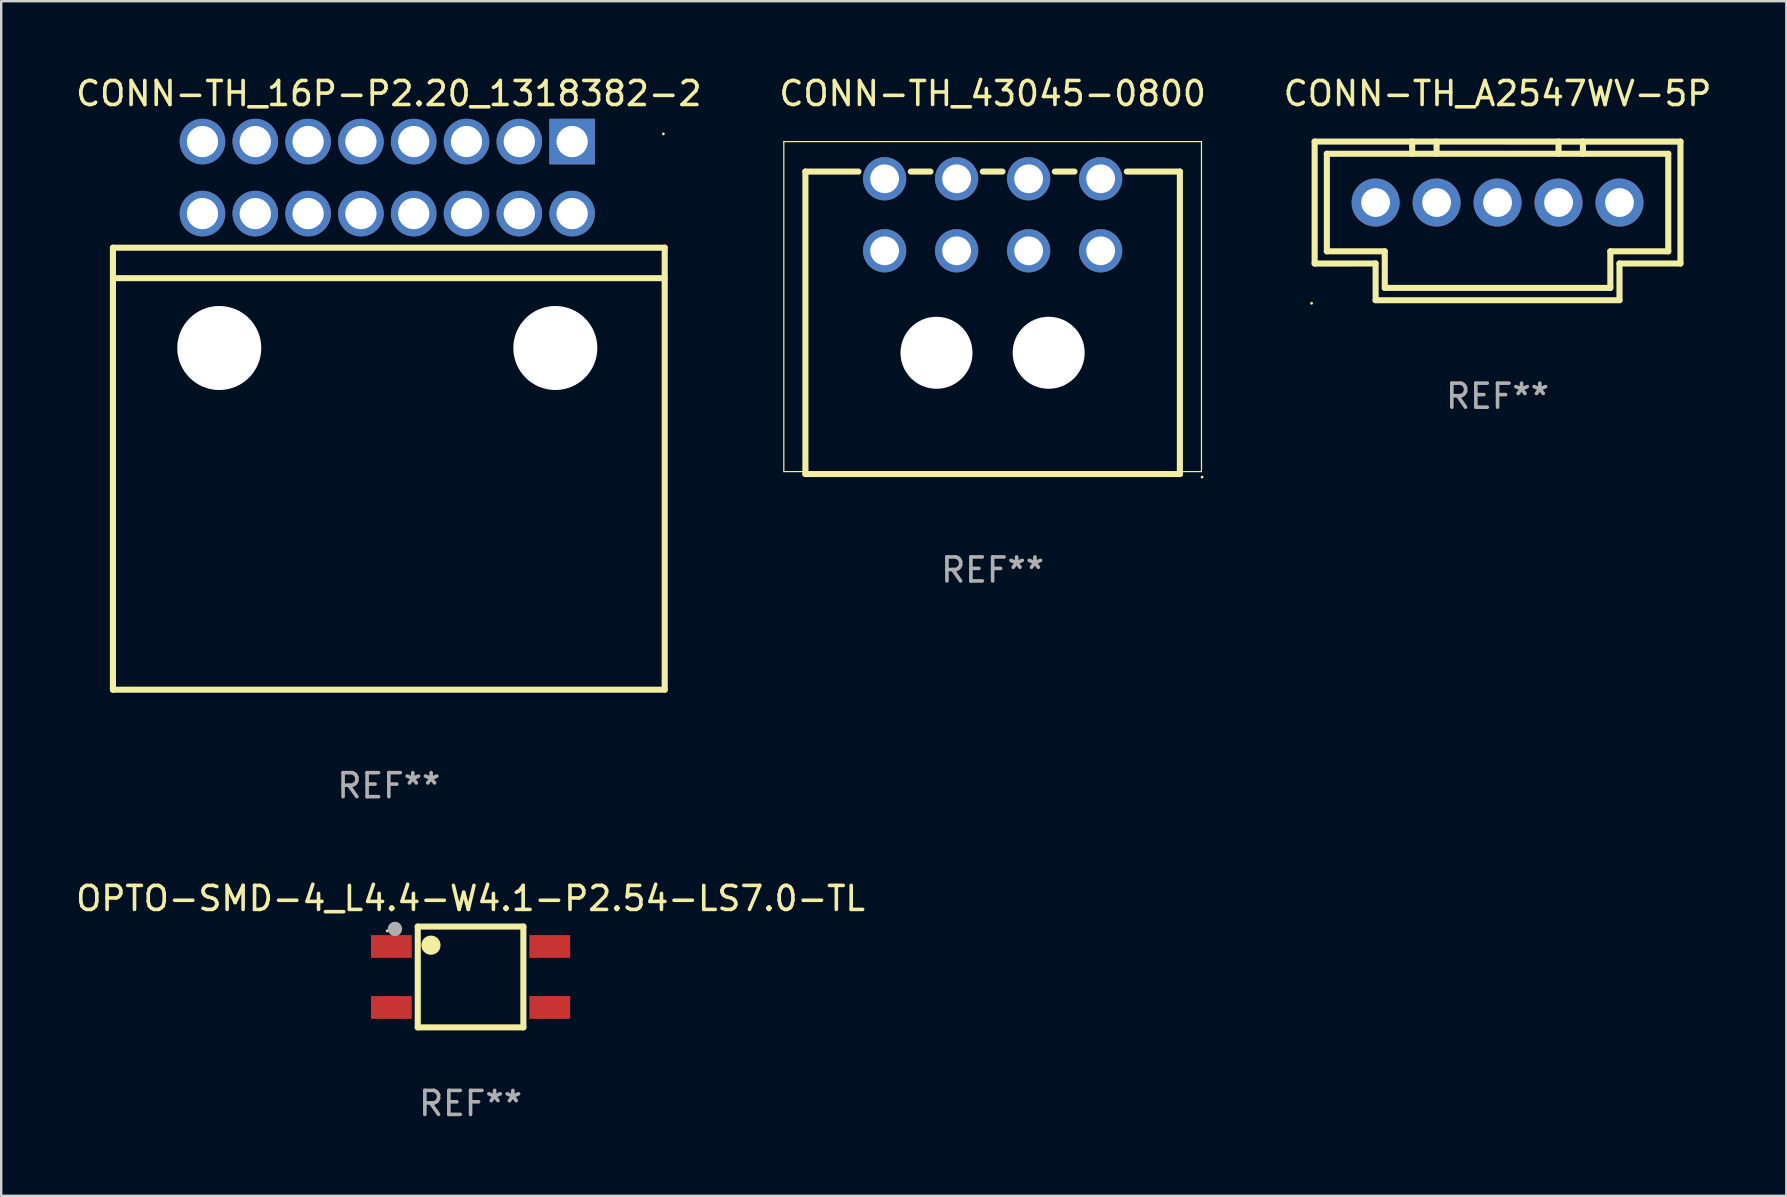
<source format=kicad_pcb>
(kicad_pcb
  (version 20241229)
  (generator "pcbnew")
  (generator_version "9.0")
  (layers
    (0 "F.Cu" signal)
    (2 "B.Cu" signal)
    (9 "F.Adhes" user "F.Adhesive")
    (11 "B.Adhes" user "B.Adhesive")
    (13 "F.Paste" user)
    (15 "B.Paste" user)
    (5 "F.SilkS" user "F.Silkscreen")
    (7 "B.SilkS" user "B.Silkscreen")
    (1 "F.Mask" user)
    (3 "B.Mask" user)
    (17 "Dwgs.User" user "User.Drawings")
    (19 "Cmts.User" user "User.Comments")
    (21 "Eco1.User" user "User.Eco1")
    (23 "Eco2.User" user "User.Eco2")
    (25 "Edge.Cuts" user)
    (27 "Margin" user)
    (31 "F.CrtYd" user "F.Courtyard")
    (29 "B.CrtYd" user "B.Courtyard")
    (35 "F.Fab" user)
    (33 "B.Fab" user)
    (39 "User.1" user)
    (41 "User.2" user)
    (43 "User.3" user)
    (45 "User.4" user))
  (footprint "CONN-TH_43045-0800"
    (layer "F.Cu")
    (at 38.304 5.898)
    (property "Reference" "CONN-TH_43045-0800" (at -0.000178 -5.05 0) (layer "F.SilkS") (effects (font (size 1 1) (thickness 0.15))))
    (attr through_hole)
    (fp_line (start -8.7 -3.05) (end -8.7 10.7) (stroke (width 0.05) (type solid)) (layer "F.SilkS"))
    (fp_line (start -8.7 10.7) (end 8.7 10.7) (stroke (width 0.05) (type solid)) (layer "F.SilkS"))
    (fp_line (start -7.8 -1.8) (end -7.8 10.8) (stroke (width 0.254) (type solid)) (layer "F.SilkS"))
    (fp_line (start -7.8 10.8) (end 7.8 10.8) (stroke (width 0.254) (type solid)) (layer "F.SilkS"))
    (fp_line (start -5.591 -1.8) (end -7.8 -1.8) (stroke (width 0.254) (type solid)) (layer "F.SilkS"))
    (fp_line (start -2.591 -1.8) (end -3.409 -1.8) (stroke (width 0.254) (type solid)) (layer "F.SilkS"))
    (fp_line (start 0.409 -1.8) (end -0.409 -1.8) (stroke (width 0.254) (type solid)) (layer "F.SilkS"))
    (fp_line (start 3.409 -1.8) (end 2.591 -1.8) (stroke (width 0.254) (type solid)) (layer "F.SilkS"))
    (fp_line (start 7.8 -1.8) (end 5.591 -1.8) (stroke (width 0.254) (type solid)) (layer "F.SilkS"))
    (fp_line (start 7.8 10.8) (end 7.8 -1.8) (stroke (width 0.254) (type solid)) (layer "F.SilkS"))
    (fp_line (start 8.7 -3.05) (end -8.7 -3.05) (stroke (width 0.05) (type solid)) (layer "F.SilkS"))
    (fp_line (start 8.7 10.7) (end 8.7 -3.05) (stroke (width 0.05) (type solid)) (layer "F.SilkS"))
    (fp_circle (center 8.725 10.927) (end 8.755 10.927) (stroke (width 0.06) (type solid)) (fill no) (layer "F.SilkS"))
    (fp_text user "REF**" (at -0.000178 14.8 0) (layer "F.Fab") (effects (font (size 1 1) (thickness 0.15))))
    (pad "" np_thru_hole circle (at -2.339 5.749) (size 3 3) (drill 3) (layers "*.Cu" "*.Mask"))
    (pad "" np_thru_hole circle (at 2.334 5.749) (size 3 3) (drill 3) (layers "*.Cu" "*.Mask"))
    (pad "1" thru_hole circle (at 4.5 1.5) (size 1.8 1.8) (drill 1.2) (layers "*.Cu" "*.Mask"))
    (pad "2" thru_hole circle (at 1.5 1.5) (size 1.8 1.8) (drill 1.2) (layers "*.Cu" "*.Mask"))
    (pad "3" thru_hole circle (at -1.5 1.5) (size 1.8 1.8) (drill 1.2) (layers "*.Cu" "*.Mask"))
    (pad "4" thru_hole circle (at -4.5 1.5) (size 1.8 1.8) (drill 1.2) (layers "*.Cu" "*.Mask"))
    (pad "5" thru_hole circle (at 4.5 -1.5) (size 1.8 1.8) (drill 1.2) (layers "*.Cu" "*.Mask"))
    (pad "6" thru_hole circle (at 1.5 -1.5) (size 1.8 1.8) (drill 1.2) (layers "*.Cu" "*.Mask"))
    (pad "7" thru_hole circle (at -1.5 -1.5) (size 1.8 1.8) (drill 1.2) (layers "*.Cu" "*.Mask"))
    (pad "8" thru_hole circle (at -4.5 -1.5) (size 1.8 1.8) (drill 1.2) (layers "*.Cu" "*.Mask")))
  (footprint "CONN-TH_16P-P2.20_1318382-2"
    (layer "F.Cu")
    (at 13.085 4.348)
    (property "Reference" "CONN-TH_16P-P2.20_1318382-2" (at 0.064 -3.5 0) (layer "F.SilkS") (effects (font (size 1 1) (thickness 0.15))))
    (attr through_hole)
    (fp_line (start -11.43 2.921) (end -11.43 21.336) (stroke (width 0.254) (type solid)) (layer "F.SilkS"))
    (fp_line (start -11.43 2.921) (end 11.557 2.921) (stroke (width 0.254) (type solid)) (layer "F.SilkS"))
    (fp_line (start -11.43 4.19) (end 11.557 4.19) (stroke (width 0.254) (type solid)) (layer "F.SilkS"))
    (fp_line (start -11.43 21.336) (end 11.557 21.336) (stroke (width 0.254) (type solid)) (layer "F.SilkS"))
    (fp_line (start 11.557 2.921) (end 11.557 21.336) (stroke (width 0.254) (type solid)) (layer "F.SilkS"))
    (fp_circle (center 11.5 -1.82) (end 11.53 -1.82) (stroke (width 0.06) (type solid)) (fill no) (layer "F.SilkS"))
    (fp_circle (center -7 7.1) (end -6.25 7.1) (stroke (width 1.5) (type solid)) (fill no) (layer "F.Fab"))
    (fp_circle (center 7 7.1) (end 7.75 7.1) (stroke (width 1.5) (type solid)) (fill no) (layer "F.Fab"))
    (fp_text user "REF**" (at 0.064 25.336 0) (layer "F.Fab") (effects (font (size 1 1) (thickness 0.15))))
    (pad "" np_thru_hole circle (at -7 7.1) (size 3.5 3.5) (drill 3.5) (layers "*.Cu" "*.Mask"))
    (pad "" np_thru_hole circle (at 7 7.1) (size 3.5 3.5) (drill 3.5) (layers "*.Cu" "*.Mask"))
    (pad "1" thru_hole rect (at 7.7 -1.5) (size 1.9 1.9) (drill 1.3) (layers "*.Cu" "*.Mask"))
    (pad "2" thru_hole circle (at 5.5 -1.5) (size 1.9 1.9) (drill 1.3) (layers "*.Cu" "*.Mask"))
    (pad "3" thru_hole circle (at 3.3 -1.5) (size 1.9 1.9) (drill 1.3) (layers "*.Cu" "*.Mask"))
    (pad "4" thru_hole circle (at 1.1 -1.5) (size 1.9 1.9) (drill 1.3) (layers "*.Cu" "*.Mask"))
    (pad "5" thru_hole circle (at -1.1 -1.5) (size 1.9 1.9) (drill 1.3) (layers "*.Cu" "*.Mask"))
    (pad "6" thru_hole circle (at -3.3 -1.5) (size 1.9 1.9) (drill 1.3) (layers "*.Cu" "*.Mask"))
    (pad "7" thru_hole circle (at -5.5 -1.5) (size 1.9 1.9) (drill 1.3) (layers "*.Cu" "*.Mask"))
    (pad "8" thru_hole circle (at -7.7 -1.5) (size 1.9 1.9) (drill 1.3) (layers "*.Cu" "*.Mask"))
    (pad "9" thru_hole circle (at 7.7 1.5) (size 1.9 1.9) (drill 1.3) (layers "*.Cu" "*.Mask"))
    (pad "10" thru_hole circle (at 5.5 1.5) (size 1.9 1.9) (drill 1.3) (layers "*.Cu" "*.Mask"))
    (pad "11" thru_hole circle (at 3.3 1.5) (size 1.9 1.9) (drill 1.3) (layers "*.Cu" "*.Mask"))
    (pad "12" thru_hole circle (at 1.1 1.5) (size 1.9 1.9) (drill 1.3) (layers "*.Cu" "*.Mask"))
    (pad "13" thru_hole circle (at -1.1 1.5) (size 1.9 1.9) (drill 1.3) (layers "*.Cu" "*.Mask"))
    (pad "14" thru_hole circle (at -3.3 1.5) (size 1.9 1.9) (drill 1.3) (layers "*.Cu" "*.Mask"))
    (pad "15" thru_hole circle (at -5.5 1.5) (size 1.9 1.9) (drill 1.3) (layers "*.Cu" "*.Mask"))
    (pad "16" thru_hole circle (at -7.7 1.5) (size 1.9 1.9) (drill 1.3) (layers "*.Cu" "*.Mask")))
  (footprint "OPTO-SMD-4_L4.4-W4.1-P2.54-LS7.0-TL"
    (layer "F.Cu")
    (at 16.554 37.651)
    (property "Reference" "OPTO-SMD-4_L4.4-W4.1-P2.54-LS7.0-TL" (at 0 -3.27 0) (layer "F.SilkS") (effects (font (size 1 1) (thickness 0.15))))
    (attr through_hole)
    (fp_line (start -2.2 -2.1) (end -2.2 2.1) (stroke (width 0.254) (type solid)) (layer "F.SilkS"))
    (fp_line (start -2.2 2.1) (end 2.2 2.1) (stroke (width 0.254) (type solid)) (layer "F.SilkS"))
    (fp_line (start 2.2 -2.1) (end -2.2 -2.1) (stroke (width 0.254) (type solid)) (layer "F.SilkS"))
    (fp_line (start 2.2 2.1) (end 2.2 -2.1) (stroke (width 0.254) (type solid)) (layer "F.SilkS"))
    (fp_arc (start -1.648463 -1.524003) (mid -1.649589 -1.124007) (end -1.651291 -1.524001) (stroke (width 0.4) (type solid)) (layer "F.SilkS"))
    (fp_circle (center -3.47 -1.92) (end -3.44 -1.92) (stroke (width 0.06) (type solid)) (fill no) (layer "F.SilkS"))
    (fp_circle (center -3.15 -2.002) (end -3 -2.002) (stroke (width 0.3) (type solid)) (fill no) (layer "F.Fab"))
    (fp_text user "REF**" (at 0 5.27 0) (layer "F.Fab") (effects (font (size 1 1) (thickness 0.15))))
    (pad "1" smd rect (at -3.3 -1.27) (size 1.7 0.95) (layers "F.Cu" "F.Mask" "F.Paste"))
    (pad "2" smd rect (at -3.3 1.27) (size 1.7 0.95) (layers "F.Cu" "F.Mask" "F.Paste"))
    (pad "3" smd rect (at 3.3 1.27) (size 1.7 0.95) (layers "F.Cu" "F.Mask" "F.Paste"))
    (pad "4" smd rect (at 3.3 -1.27) (size 1.7 0.95) (layers "F.Cu" "F.Mask" "F.Paste")))
  (footprint "CONN-TH_A2547WV-5P"
    (layer "F.Cu")
    (at 59.339 5.388)
    (property "Reference" "CONN-TH_A2547WV-5P" (at -0.000064 -4.54 0) (layer "F.SilkS") (effects (font (size 1 1) (thickness 0.15))))
    (attr through_hole)
    (fp_line (start -7.62 -2.54) (end 7.62 -2.539) (stroke (width 0.254) (type solid)) (layer "F.SilkS"))
    (fp_line (start -7.62 -2.54) (end -7.62 2.54) (stroke (width 0.254) (type solid)) (layer "F.SilkS"))
    (fp_line (start -7.112 -2.032) (end -7.112 2.032) (stroke (width 0.254) (type solid)) (layer "F.SilkS"))
    (fp_line (start -7.112 2.032) (end -4.699 2.032) (stroke (width 0.254) (type solid)) (layer "F.SilkS"))
    (fp_line (start -5.08 4.064) (end -5.08 2.54) (stroke (width 0.254) (type solid)) (layer "F.SilkS"))
    (fp_line (start -5.08 4.07) (end 5.08 4.07) (stroke (width 0.254) (type solid)) (layer "F.SilkS"))
    (fp_line (start -5.08 2.54) (end -7.62 2.541) (stroke (width 0.254) (type solid)) (layer "F.SilkS"))
    (fp_line (start -4.699 2.032) (end -4.699 3.556) (stroke (width 0.254) (type solid)) (layer "F.SilkS"))
    (fp_line (start -4.699 3.556) (end 4.699 3.556) (stroke (width 0.254) (type solid)) (layer "F.SilkS"))
    (fp_line (start -3.556 -2.54) (end -3.556 -2.032) (stroke (width 0.254) (type solid)) (layer "F.SilkS"))
    (fp_line (start -2.54 -2.032) (end -2.54 -2.54) (stroke (width 0.254) (type solid)) (layer "F.SilkS"))
    (fp_line (start 2.54 -2.032) (end 2.54 -2.54) (stroke (width 0.254) (type solid)) (layer "F.SilkS"))
    (fp_line (start 3.556 -2.032) (end 3.556 -2.54) (stroke (width 0.254) (type solid)) (layer "F.SilkS"))
    (fp_line (start 4.699 2.032) (end 7.112 2.032) (stroke (width 0.254) (type solid)) (layer "F.SilkS"))
    (fp_line (start 4.699 3.556) (end 4.699 2.032) (stroke (width 0.254) (type solid)) (layer "F.SilkS"))
    (fp_line (start 5.08 2.54) (end 7.62 2.54) (stroke (width 0.254) (type solid)) (layer "F.SilkS"))
    (fp_line (start 5.08 4.064) (end 5.08 2.54) (stroke (width 0.254) (type solid)) (layer "F.SilkS"))
    (fp_line (start 7.112 -2.032) (end -7.112 -2.032) (stroke (width 0.254) (type solid)) (layer "F.SilkS"))
    (fp_line (start 7.112 2.032) (end 7.112 -2.032) (stroke (width 0.254) (type solid)) (layer "F.SilkS"))
    (fp_line (start 7.62 -2.54) (end 7.62 2.54) (stroke (width 0.254) (type solid)) (layer "F.SilkS"))
    (fp_circle (center -7.747 4.197) (end -7.717 4.197) (stroke (width 0.06) (type solid)) (fill no) (layer "F.SilkS"))
    (fp_text user "REF**" (at -0.000064 8.07 0) (layer "F.Fab") (effects (font (size 1 1) (thickness 0.15))))
    (pad "1" thru_hole circle (at -5.08 0) (size 2 2) (drill 1.2) (layers "*.Cu" "*.Mask"))
    (pad "2" thru_hole circle (at -2.54 0) (size 2 2) (drill 1.2) (layers "*.Cu" "*.Mask"))
    (pad "3" thru_hole circle (at 0 0) (size 2 2) (drill 1.2) (layers "*.Cu" "*.Mask"))
    (pad "4" thru_hole circle (at 2.54 0) (size 2 2) (drill 1.2) (layers "*.Cu" "*.Mask"))
    (pad "5" thru_hole circle (at 5.08 0) (size 2 2) (drill 1.2) (layers "*.Cu" "*.Mask")))
  (gr_rect
    (start -3 -3)
    (end 71.369 46.769)
    (stroke (width 0.1) (type default))
    (fill no)
    (layer "Edge.Cuts")))
</source>
